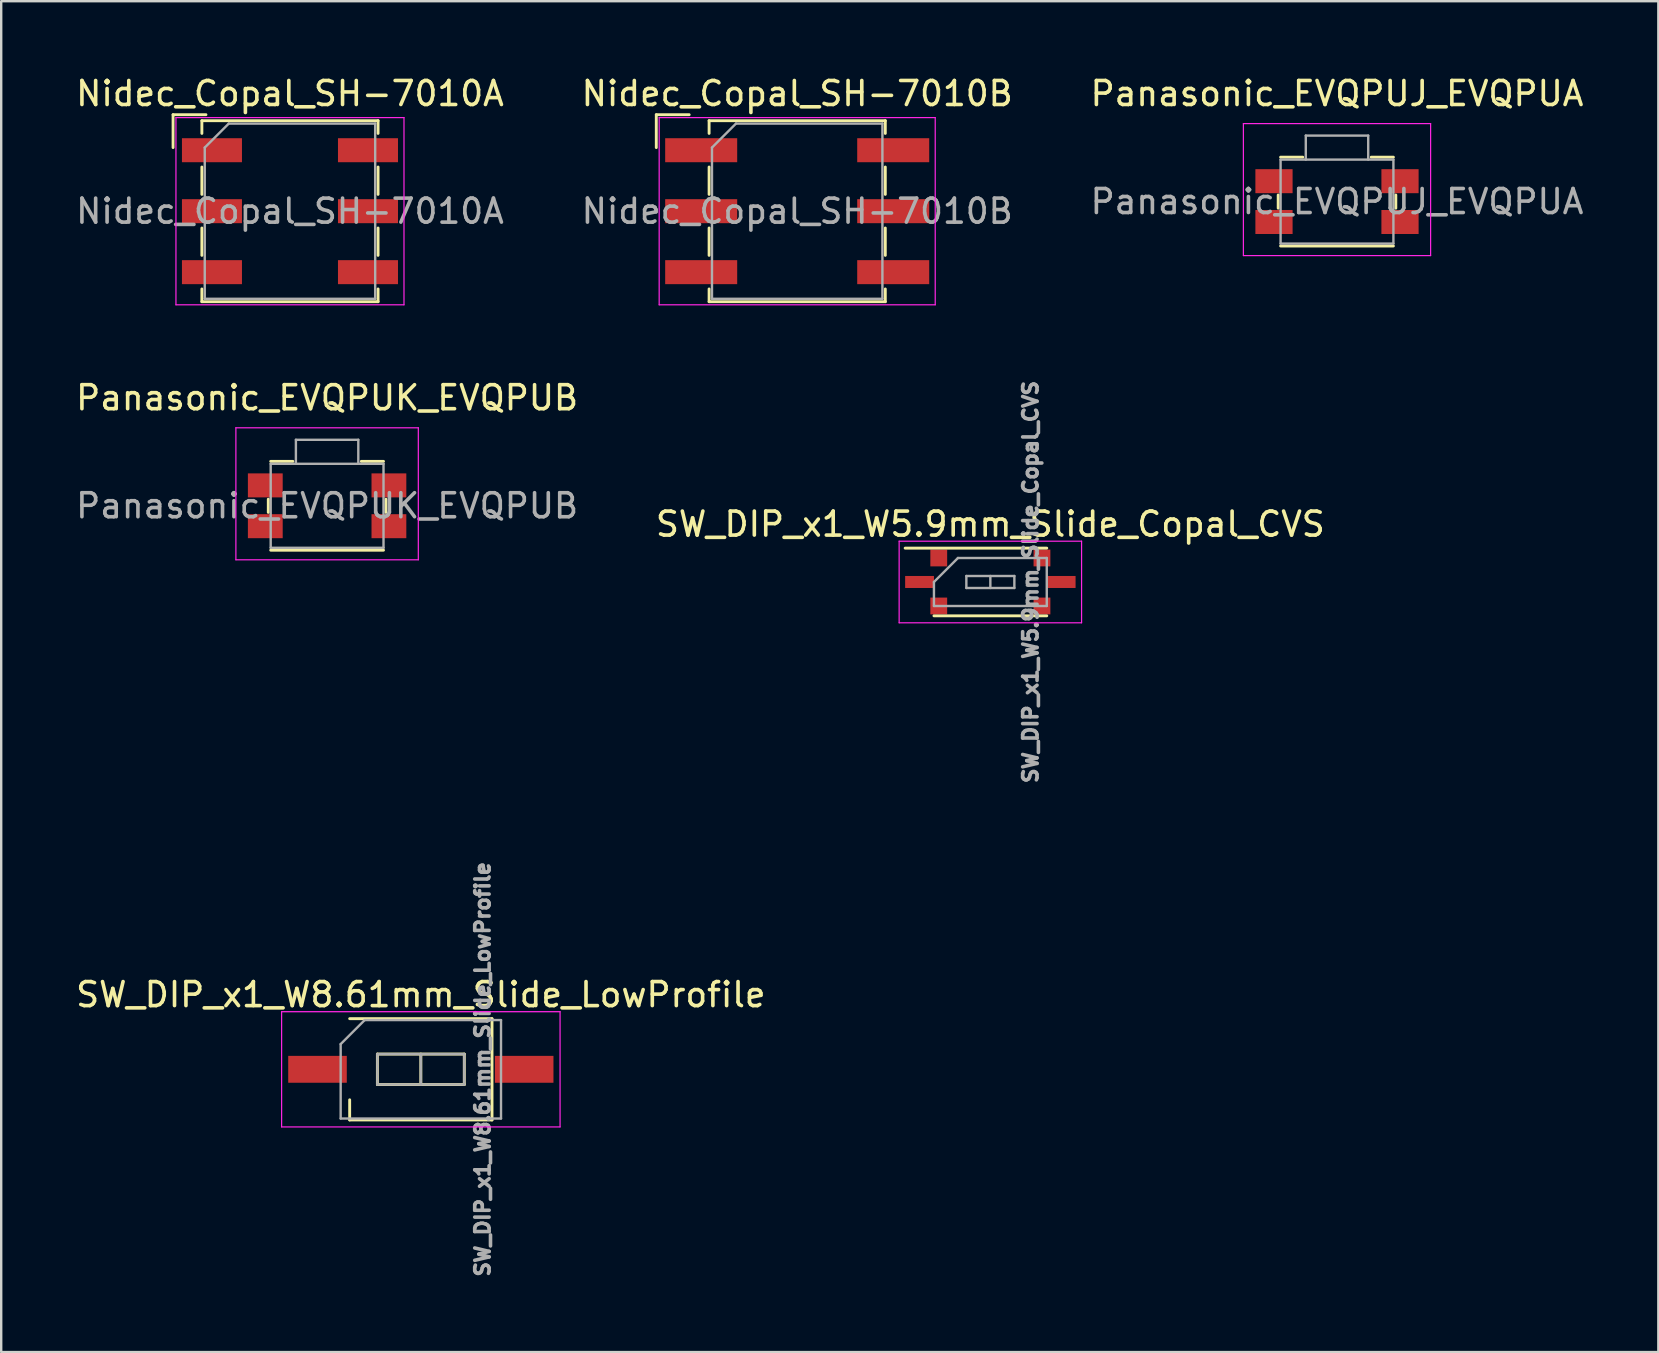
<source format=kicad_pcb>
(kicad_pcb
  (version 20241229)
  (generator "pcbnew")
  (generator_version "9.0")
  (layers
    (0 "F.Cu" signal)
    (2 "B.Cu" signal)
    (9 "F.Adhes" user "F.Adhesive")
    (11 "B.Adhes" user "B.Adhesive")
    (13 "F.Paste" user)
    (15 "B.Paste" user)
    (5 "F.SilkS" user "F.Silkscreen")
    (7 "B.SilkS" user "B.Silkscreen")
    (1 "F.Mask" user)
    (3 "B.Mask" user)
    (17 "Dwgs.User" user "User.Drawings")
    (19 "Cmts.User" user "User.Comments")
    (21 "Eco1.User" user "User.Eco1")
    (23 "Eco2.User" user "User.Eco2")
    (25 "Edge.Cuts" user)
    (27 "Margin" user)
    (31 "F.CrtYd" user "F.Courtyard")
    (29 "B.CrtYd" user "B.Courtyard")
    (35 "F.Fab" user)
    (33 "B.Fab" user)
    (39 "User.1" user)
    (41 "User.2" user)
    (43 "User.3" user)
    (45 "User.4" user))
  (footprint "SW_DIP_x1_W5.9mm_Slide_Copal_CVS"
    (layer "F.Cu")
    (at 38.208 21.195)
    (property "Reference" "SW_DIP_x1_W5.9mm_Slide_Copal_CVS" (at 0 -2.41 0) (layer "F.SilkS") (effects (font (size 1 1) (thickness 0.15))))
    (attr smd)
    (fp_line (start -3.55 -1.41) (end 2.35 -1.41) (stroke (width 0.12) (type solid)) (layer "F.SilkS"))
    (fp_line (start -2.35 1.41) (end 2.35 1.41) (stroke (width 0.12) (type solid)) (layer "F.SilkS"))
    (fp_line (start -3.8 -1.7) (end -3.8 1.7) (stroke (width 0.05) (type solid)) (layer "F.CrtYd"))
    (fp_line (start -3.8 1.7) (end 3.8 1.7) (stroke (width 0.05) (type solid)) (layer "F.CrtYd"))
    (fp_line (start 3.8 -1.7) (end -3.8 -1.7) (stroke (width 0.05) (type solid)) (layer "F.CrtYd"))
    (fp_line (start 3.8 1.7) (end 3.8 -1.7) (stroke (width 0.05) (type solid)) (layer "F.CrtYd"))
    (fp_line (start -2.35 0) (end -1.35 -1) (stroke (width 0.1) (type solid)) (layer "F.Fab"))
    (fp_line (start -2.35 1) (end -2.35 0) (stroke (width 0.1) (type solid)) (layer "F.Fab"))
    (fp_line (start -1.35 -1) (end 2.35 -1) (stroke (width 0.1) (type solid)) (layer "F.Fab"))
    (fp_line (start -1 -0.25) (end -1 0.25) (stroke (width 0.1) (type solid)) (layer "F.Fab"))
    (fp_line (start -1 0.25) (end 1 0.25) (stroke (width 0.1) (type solid)) (layer "F.Fab"))
    (fp_line (start 0 -0.25) (end 0 0.25) (stroke (width 0.1) (type solid)) (layer "F.Fab"))
    (fp_line (start 1 -0.25) (end -1 -0.25) (stroke (width 0.1) (type solid)) (layer "F.Fab"))
    (fp_line (start 1 0.25) (end 1 -0.25) (stroke (width 0.1) (type solid)) (layer "F.Fab"))
    (fp_line (start 2.35 -1) (end 2.35 1) (stroke (width 0.1) (type solid)) (layer "F.Fab"))
    (fp_line (start 2.35 1) (end -2.35 1) (stroke (width 0.1) (type solid)) (layer "F.Fab"))
    (fp_text user "${REFERENCE}" (at 1.675 0 90) (layer "F.Fab") (effects (font (size 0.6 0.6) (thickness 0.15))))
    (pad "1" smd rect (at -2.95 0) (size 1.2 0.5) (layers "F.Cu" "F.Mask" "F.Paste"))
    (pad "2" smd rect (at 2.95 0) (size 1.2 0.5) (layers "F.Cu" "F.Mask" "F.Paste"))
    (pad "3" smd rect (at -2.15 -1) (size 0.7 0.7) (layers "F.Cu" "F.Mask" "F.Paste"))
    (pad "3" smd rect (at -2.15 1) (size 0.7 0.7) (layers "F.Cu" "F.Mask" "F.Paste"))
    (pad "3" smd rect (at 2.15 -1) (size 0.7 0.7) (layers "F.Cu" "F.Mask" "F.Paste"))
    (pad "3" smd rect (at 2.15 1) (size 0.7 0.7) (layers "F.Cu" "F.Mask" "F.Paste")))
  (footprint "Nidec_Copal_SH-7010A"
    (layer "F.Cu")
    (at 9.03 5.748)
    (property "Reference" "Nidec_Copal_SH-7010A" (at 0 -4.9 0) (layer "F.SilkS") (effects (font (size 1 1) (thickness 0.15))))
    (attr smd)
    (fp_line (start -4.87 -4.02) (end -3.5 -4.02) (stroke (width 0.12) (type solid)) (layer "F.SilkS"))
    (fp_line (start -4.87 -2.65) (end -4.87 -4.02) (stroke (width 0.12) (type solid)) (layer "F.SilkS"))
    (fp_line (start -3.67 -3.77) (end 3.67 -3.77) (stroke (width 0.12) (type solid)) (layer "F.SilkS"))
    (fp_line (start -3.67 -3.24) (end -3.67 -3.77) (stroke (width 0.12) (type solid)) (layer "F.SilkS"))
    (fp_line (start -3.67 -1.84) (end -3.67 -0.7) (stroke (width 0.12) (type solid)) (layer "F.SilkS"))
    (fp_line (start -3.67 0.7) (end -3.67 1.84) (stroke (width 0.12) (type solid)) (layer "F.SilkS"))
    (fp_line (start -3.67 3.24) (end -3.67 3.77) (stroke (width 0.12) (type solid)) (layer "F.SilkS"))
    (fp_line (start -3.67 3.77) (end 3.67 3.77) (stroke (width 0.12) (type solid)) (layer "F.SilkS"))
    (fp_line (start 3.67 -3.77) (end 3.67 -3.24) (stroke (width 0.12) (type solid)) (layer "F.SilkS"))
    (fp_line (start 3.67 -1.84) (end 3.67 -0.7) (stroke (width 0.12) (type solid)) (layer "F.SilkS"))
    (fp_line (start 3.67 0.7) (end 3.67 1.84) (stroke (width 0.12) (type solid)) (layer "F.SilkS"))
    (fp_line (start 3.67 3.77) (end 3.67 3.24) (stroke (width 0.12) (type solid)) (layer "F.SilkS"))
    (fp_line (start -4.75 -3.9) (end -4.75 3.9) (stroke (width 0.05) (type solid)) (layer "F.CrtYd"))
    (fp_line (start -4.75 3.9) (end 4.75 3.9) (stroke (width 0.05) (type solid)) (layer "F.CrtYd"))
    (fp_line (start 4.75 -3.9) (end -4.75 -3.9) (stroke (width 0.05) (type solid)) (layer "F.CrtYd"))
    (fp_line (start 4.75 3.9) (end 4.75 -3.9) (stroke (width 0.05) (type solid)) (layer "F.CrtYd"))
    (fp_line (start -3.55 -2.65) (end -2.55 -3.65) (stroke (width 0.1) (type solid)) (layer "F.Fab"))
    (fp_line (start -3.55 3.65) (end -3.55 -2.65) (stroke (width 0.1) (type solid)) (layer "F.Fab"))
    (fp_line (start -2.55 -3.65) (end 3.55 -3.65) (stroke (width 0.1) (type solid)) (layer "F.Fab"))
    (fp_line (start 3.55 -3.65) (end 3.55 3.65) (stroke (width 0.1) (type solid)) (layer "F.Fab"))
    (fp_line (start 3.55 3.65) (end -3.55 3.65) (stroke (width 0.1) (type solid)) (layer "F.Fab"))
    (fp_text user "${REFERENCE}" (at 0 0 0) (layer "F.Fab") (effects (font (size 1 1) (thickness 0.15))))
    (pad "1" smd rect (at -3.25 -2.54) (size 2.5 1) (layers "F.Cu" "F.Mask" "F.Paste"))
    (pad "2" smd rect (at 3.25 2.54) (size 2.5 1) (layers "F.Cu" "F.Mask" "F.Paste"))
    (pad "4" smd rect (at -3.25 2.54) (size 2.5 1) (layers "F.Cu" "F.Mask" "F.Paste"))
    (pad "8" smd rect (at 3.25 -2.54) (size 2.5 1) (layers "F.Cu" "F.Mask" "F.Paste"))
    (pad "C" smd rect (at -3.25 0) (size 2.5 1) (layers "F.Cu" "F.Mask" "F.Paste"))
    (pad "C" smd rect (at 3.25 0) (size 2.5 1) (layers "F.Cu" "F.Mask" "F.Paste")))
  (footprint "SW_DIP_x1_W8.61mm_Slide_LowProfile"
    (layer "F.Cu")
    (at 14.482 41.497)
    (property "Reference" "SW_DIP_x1_W8.61mm_Slide_LowProfile" (at 0 -3.11 0) (layer "F.SilkS") (effects (font (size 1 1) (thickness 0.15))))
    (attr smd)
    (fp_line (start -2.965 -2.11) (end 2.965 -2.11) (stroke (width 0.12) (type solid)) (layer "F.SilkS"))
    (fp_line (start -2.965 2.11) (end -2.965 1.27) (stroke (width 0.12) (type solid)) (layer "F.SilkS"))
    (fp_line (start -1.81 -0.635) (end -1.81 0.635) (stroke (width 0.12) (type solid)) (layer "F.SilkS"))
    (fp_line (start -1.81 0.635) (end 1.81 0.635) (stroke (width 0.12) (type solid)) (layer "F.SilkS"))
    (fp_line (start 0 -0.635) (end 0 0.635) (stroke (width 0.12) (type solid)) (layer "F.SilkS"))
    (fp_line (start 1.81 -0.635) (end -1.81 -0.635) (stroke (width 0.12) (type solid)) (layer "F.SilkS"))
    (fp_line (start 1.81 0.635) (end 1.81 -0.635) (stroke (width 0.12) (type solid)) (layer "F.SilkS"))
    (fp_line (start 2.965 -2.11) (end 2.965 2.11) (stroke (width 0.12) (type solid)) (layer "F.SilkS"))
    (fp_line (start 2.965 2.11) (end -2.965 2.11) (stroke (width 0.12) (type solid)) (layer "F.SilkS"))
    (fp_line (start -5.8 -2.4) (end -5.8 2.4) (stroke (width 0.05) (type solid)) (layer "F.CrtYd"))
    (fp_line (start -5.8 2.4) (end 5.8 2.4) (stroke (width 0.05) (type solid)) (layer "F.CrtYd"))
    (fp_line (start 5.8 -2.4) (end -5.8 -2.4) (stroke (width 0.05) (type solid)) (layer "F.CrtYd"))
    (fp_line (start 5.8 2.4) (end 5.8 -2.4) (stroke (width 0.05) (type solid)) (layer "F.CrtYd"))
    (fp_line (start -3.34 -1.05) (end -2.34 -2.05) (stroke (width 0.1) (type solid)) (layer "F.Fab"))
    (fp_line (start -3.34 2.05) (end -3.34 -1.05) (stroke (width 0.1) (type solid)) (layer "F.Fab"))
    (fp_line (start -2.34 -2.05) (end 3.34 -2.05) (stroke (width 0.1) (type solid)) (layer "F.Fab"))
    (fp_line (start -1.81 -0.635) (end -1.81 0.635) (stroke (width 0.1) (type solid)) (layer "F.Fab"))
    (fp_line (start -1.81 0.635) (end 1.81 0.635) (stroke (width 0.1) (type solid)) (layer "F.Fab"))
    (fp_line (start 0 -0.635) (end 0 0.635) (stroke (width 0.1) (type solid)) (layer "F.Fab"))
    (fp_line (start 1.81 -0.635) (end -1.81 -0.635) (stroke (width 0.1) (type solid)) (layer "F.Fab"))
    (fp_line (start 1.81 0.635) (end 1.81 -0.635) (stroke (width 0.1) (type solid)) (layer "F.Fab"))
    (fp_line (start 3.34 -2.05) (end 3.34 2.05) (stroke (width 0.1) (type solid)) (layer "F.Fab"))
    (fp_line (start 3.34 2.05) (end -3.34 2.05) (stroke (width 0.1) (type solid)) (layer "F.Fab"))
    (fp_text user "${REFERENCE}" (at 2.575 0 90) (layer "F.Fab") (effects (font (size 0.6 0.6) (thickness 0.15))))
    (pad "1" smd rect (at -4.305 0) (size 2.44 1.12) (layers "F.Cu" "F.Mask" "F.Paste"))
    (pad "2" smd rect (at 4.305 0) (size 2.44 1.12) (layers "F.Cu" "F.Mask" "F.Paste")))
  (footprint "Panasonic_EVQPUJ_EVQPUA"
    (layer "F.Cu")
    (at 52.649 5.348)
    (property "Reference" "Panasonic_EVQPUJ_EVQPUA" (at 0 -4.5 0) (layer "F.SilkS") (effects (font (size 1 1) (thickness 0.15))))
    (attr smd)
    (fp_line (start -2.45 0.275) (end -2.45 -0.275) (stroke (width 0.12) (type solid)) (layer "F.SilkS"))
    (fp_line (start -1.425 -1.85) (end -2.35 -1.85) (stroke (width 0.12) (type solid)) (layer "F.SilkS"))
    (fp_line (start 2.35 -1.85) (end 1.425 -1.85) (stroke (width 0.12) (type solid)) (layer "F.SilkS"))
    (fp_line (start 2.35 1.85) (end -2.35 1.85) (stroke (width 0.12) (type solid)) (layer "F.SilkS"))
    (fp_line (start 2.45 0.275) (end 2.45 -0.275) (stroke (width 0.12) (type solid)) (layer "F.SilkS"))
    (fp_line (start -3.9 2.25) (end -3.9 -3.25) (stroke (width 0.05) (type solid)) (layer "F.CrtYd"))
    (fp_line (start 3.9 -3.25) (end -3.9 -3.25) (stroke (width 0.05) (type solid)) (layer "F.CrtYd"))
    (fp_line (start 3.9 2.25) (end -3.9 2.25) (stroke (width 0.05) (type solid)) (layer "F.CrtYd"))
    (fp_line (start 3.9 2.25) (end 3.9 -3.25) (stroke (width 0.05) (type solid)) (layer "F.CrtYd"))
    (fp_line (start -2.35 1.75) (end -2.35 -1.75) (stroke (width 0.1) (type solid)) (layer "F.Fab"))
    (fp_line (start -1.3 -2.75) (end -1.3 -1.75) (stroke (width 0.1) (type solid)) (layer "F.Fab"))
    (fp_line (start 1.3 -2.75) (end -1.3 -2.75) (stroke (width 0.1) (type solid)) (layer "F.Fab"))
    (fp_line (start 1.3 -2.75) (end 1.3 -1.75) (stroke (width 0.1) (type solid)) (layer "F.Fab"))
    (fp_line (start 2.35 -1.75) (end -2.35 -1.75) (stroke (width 0.1) (type solid)) (layer "F.Fab"))
    (fp_line (start 2.35 1.75) (end -2.35 1.75) (stroke (width 0.1) (type solid)) (layer "F.Fab"))
    (fp_line (start 2.35 1.75) (end 2.35 -1.75) (stroke (width 0.1) (type solid)) (layer "F.Fab"))
    (fp_text user "${REFERENCE}" (at 0 0 0) (layer "F.Fab") (effects (font (size 1 1) (thickness 0.15))))
    (pad "1" smd rect (at -2.625 -0.85 180) (size 1.55 1) (layers "F.Cu" "F.Mask" "F.Paste"))
    (pad "1" smd rect (at 2.625 -0.85 180) (size 1.55 1) (layers "F.Cu" "F.Mask" "F.Paste"))
    (pad "2" smd rect (at -2.625 0.85 180) (size 1.55 1) (layers "F.Cu" "F.Mask" "F.Paste"))
    (pad "2" smd rect (at 2.625 0.85 180) (size 1.55 1) (layers "F.Cu" "F.Mask" "F.Paste")))
  (footprint "Nidec_Copal_SH-7010B"
    (layer "F.Cu")
    (at 30.161 5.748)
    (property "Reference" "Nidec_Copal_SH-7010B" (at 0 -4.9 0) (layer "F.SilkS") (effects (font (size 1 1) (thickness 0.15))))
    (attr smd)
    (fp_line (start -5.87 -4.02) (end -4.5 -4.02) (stroke (width 0.12) (type solid)) (layer "F.SilkS"))
    (fp_line (start -5.87 -2.65) (end -5.87 -4.02) (stroke (width 0.12) (type solid)) (layer "F.SilkS"))
    (fp_line (start -3.67 -3.77) (end 3.67 -3.77) (stroke (width 0.12) (type solid)) (layer "F.SilkS"))
    (fp_line (start -3.67 -3.24) (end -3.67 -3.77) (stroke (width 0.12) (type solid)) (layer "F.SilkS"))
    (fp_line (start -3.67 -1.84) (end -3.67 -0.7) (stroke (width 0.12) (type solid)) (layer "F.SilkS"))
    (fp_line (start -3.67 0.7) (end -3.67 1.84) (stroke (width 0.12) (type solid)) (layer "F.SilkS"))
    (fp_line (start -3.67 3.24) (end -3.67 3.77) (stroke (width 0.12) (type solid)) (layer "F.SilkS"))
    (fp_line (start -3.67 3.77) (end 3.67 3.77) (stroke (width 0.12) (type solid)) (layer "F.SilkS"))
    (fp_line (start 3.67 -3.77) (end 3.67 -3.24) (stroke (width 0.12) (type solid)) (layer "F.SilkS"))
    (fp_line (start 3.67 -1.84) (end 3.67 -0.7) (stroke (width 0.12) (type solid)) (layer "F.SilkS"))
    (fp_line (start 3.67 0.7) (end 3.67 1.84) (stroke (width 0.12) (type solid)) (layer "F.SilkS"))
    (fp_line (start 3.67 3.77) (end 3.67 3.24) (stroke (width 0.12) (type solid)) (layer "F.SilkS"))
    (fp_line (start -5.75 -3.9) (end -5.75 3.9) (stroke (width 0.05) (type solid)) (layer "F.CrtYd"))
    (fp_line (start -5.75 3.9) (end 5.75 3.9) (stroke (width 0.05) (type solid)) (layer "F.CrtYd"))
    (fp_line (start 5.75 -3.9) (end -5.75 -3.9) (stroke (width 0.05) (type solid)) (layer "F.CrtYd"))
    (fp_line (start 5.75 3.9) (end 5.75 -3.9) (stroke (width 0.05) (type solid)) (layer "F.CrtYd"))
    (fp_line (start -3.55 -2.65) (end -2.55 -3.65) (stroke (width 0.1) (type solid)) (layer "F.Fab"))
    (fp_line (start -3.55 3.65) (end -3.55 -2.65) (stroke (width 0.1) (type solid)) (layer "F.Fab"))
    (fp_line (start -2.55 -3.65) (end 3.55 -3.65) (stroke (width 0.1) (type solid)) (layer "F.Fab"))
    (fp_line (start 3.55 -3.65) (end 3.55 3.65) (stroke (width 0.1) (type solid)) (layer "F.Fab"))
    (fp_line (start 3.55 3.65) (end -3.55 3.65) (stroke (width 0.1) (type solid)) (layer "F.Fab"))
    (fp_text user "${REFERENCE}" (at 0 0 0) (layer "F.Fab") (effects (font (size 1 1) (thickness 0.15))))
    (pad "1" smd rect (at -4 -2.54) (size 3 1) (layers "F.Cu" "F.Mask" "F.Paste"))
    (pad "2" smd rect (at 4 2.54) (size 3 1) (layers "F.Cu" "F.Mask" "F.Paste"))
    (pad "4" smd rect (at -4 2.54) (size 3 1) (layers "F.Cu" "F.Mask" "F.Paste"))
    (pad "8" smd rect (at 4 -2.54) (size 3 1) (layers "F.Cu" "F.Mask" "F.Paste"))
    (pad "C" smd rect (at -4 0) (size 3 1) (layers "F.Cu" "F.Mask" "F.Paste"))
    (pad "C" smd rect (at 4 0) (size 3 1) (layers "F.Cu" "F.Mask" "F.Paste")))
  (footprint "Panasonic_EVQPUK_EVQPUB"
    (layer "F.Cu")
    (at 10.577 18.021)
    (property "Reference" "Panasonic_EVQPUK_EVQPUB" (at 0 -4.5 0) (layer "F.SilkS") (effects (font (size 1 1) (thickness 0.15))))
    (attr smd)
    (fp_line (start -2.45 0.275) (end -2.45 -0.275) (stroke (width 0.12) (type solid)) (layer "F.SilkS"))
    (fp_line (start -1.425 -1.85) (end -2.35 -1.85) (stroke (width 0.12) (type solid)) (layer "F.SilkS"))
    (fp_line (start 2.35 -1.85) (end 1.425 -1.85) (stroke (width 0.12) (type solid)) (layer "F.SilkS"))
    (fp_line (start 2.35 1.85) (end -2.35 1.85) (stroke (width 0.12) (type solid)) (layer "F.SilkS"))
    (fp_line (start 2.45 0.275) (end 2.45 -0.275) (stroke (width 0.12) (type solid)) (layer "F.SilkS"))
    (fp_line (start -3.8 2.25) (end -3.8 -3.25) (stroke (width 0.05) (type solid)) (layer "F.CrtYd"))
    (fp_line (start 3.8 -3.25) (end -3.8 -3.25) (stroke (width 0.05) (type solid)) (layer "F.CrtYd"))
    (fp_line (start 3.8 2.25) (end -3.8 2.25) (stroke (width 0.05) (type solid)) (layer "F.CrtYd"))
    (fp_line (start 3.8 2.25) (end 3.8 -3.25) (stroke (width 0.05) (type solid)) (layer "F.CrtYd"))
    (fp_line (start -2.35 1.75) (end -2.35 -1.75) (stroke (width 0.1) (type solid)) (layer "F.Fab"))
    (fp_line (start -1.3 -2.75) (end -1.3 -1.75) (stroke (width 0.1) (type solid)) (layer "F.Fab"))
    (fp_line (start 1.3 -2.75) (end -1.3 -2.75) (stroke (width 0.1) (type solid)) (layer "F.Fab"))
    (fp_line (start 1.3 -2.75) (end 1.3 -1.75) (stroke (width 0.1) (type solid)) (layer "F.Fab"))
    (fp_line (start 2.35 -1.75) (end -2.35 -1.75) (stroke (width 0.1) (type solid)) (layer "F.Fab"))
    (fp_line (start 2.35 1.75) (end -2.35 1.75) (stroke (width 0.1) (type solid)) (layer "F.Fab"))
    (fp_line (start 2.35 1.75) (end 2.35 -1.75) (stroke (width 0.1) (type solid)) (layer "F.Fab"))
    (fp_text user "${REFERENCE}" (at 0 0 0) (layer "F.Fab") (effects (font (size 1 1) (thickness 0.15))))
    (pad "1" smd rect (at -2.575 -0.85 180) (size 1.45 1) (layers "F.Cu" "F.Mask" "F.Paste"))
    (pad "1" smd rect (at 2.575 -0.85 180) (size 1.45 1) (layers "F.Cu" "F.Mask" "F.Paste"))
    (pad "2" smd rect (at -2.575 0.85 180) (size 1.45 1) (layers "F.Cu" "F.Mask" "F.Paste"))
    (pad "2" smd rect (at 2.575 0.85 180) (size 1.45 1) (layers "F.Cu" "F.Mask" "F.Paste")))
  (gr_rect
    (start -3 -3)
    (end 66.036 53.276)
    (stroke (width 0.1) (type default))
    (fill no)
    (layer "Edge.Cuts")))
</source>
